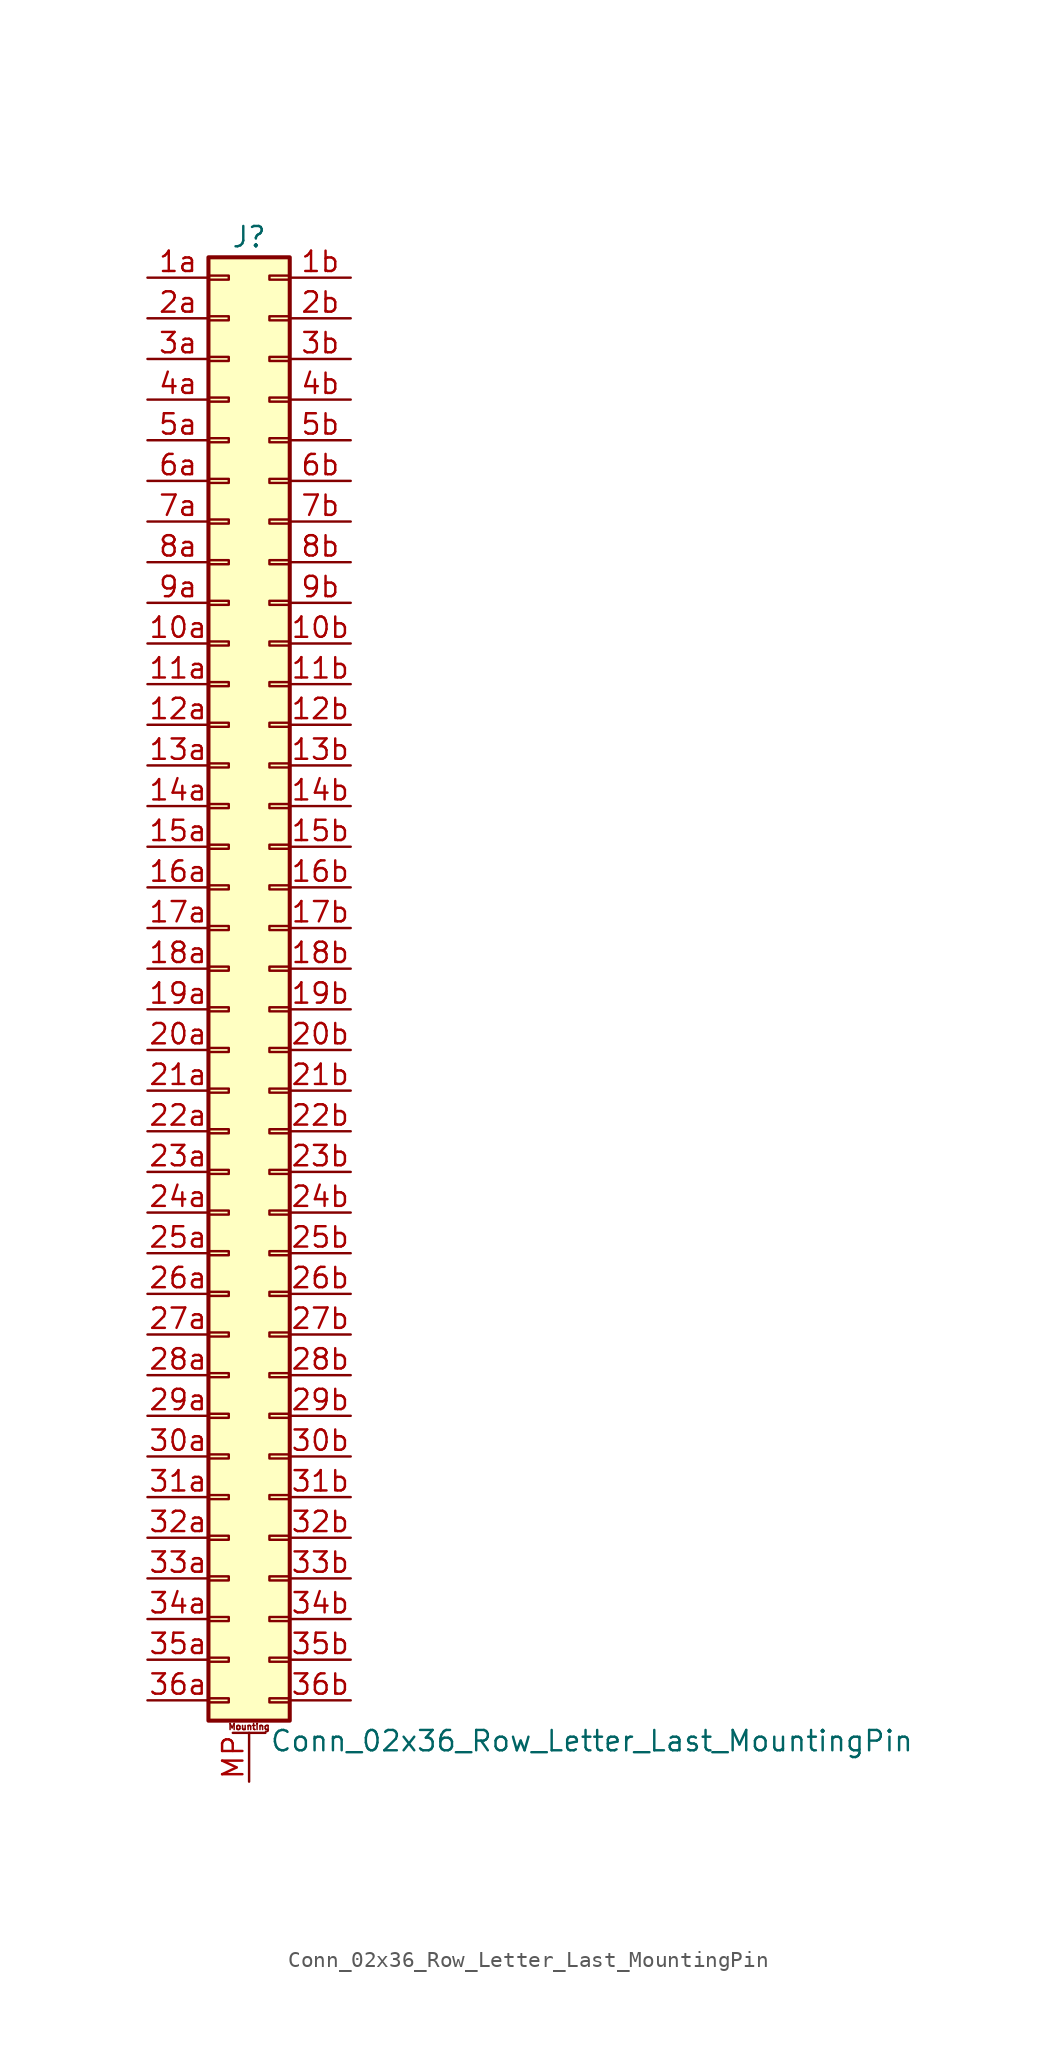
<source format=kicad_sym>
(kicad_symbol_lib
  (version 20211014)
  (generator kicad_symbol_editor)
  (symbol "Conn_02x36_Row_Letter_Last_MountingPin"
    (pin_names
      (offset 1.016) hide)
    (property "Reference" "J"
      (at 1.27 45.72 0)
      (effects (font (size 1.27 1.27))))
    (property "Value" "Conn_02x36_Row_Letter_Last_MountingPin"
      (at 2.54 -48.26 0)
      (effects (font (size 1.27 1.27)) (justify left)))
    (symbol "Conn_02x36_Row_Letter_Last_MountingPin_1_1"
      (rectangle (start -1.27 -45.593) (end 0 -45.847) (stroke (width 0.152) (type default) (color 0 0 0 0)) (fill (type none)))
      (rectangle (start -1.27 -43.053) (end 0 -43.307) (stroke (width 0.152) (type default) (color 0 0 0 0)) (fill (type none)))
      (rectangle (start -1.27 -40.513) (end 0 -40.767) (stroke (width 0.152) (type default) (color 0 0 0 0)) (fill (type none)))
      (rectangle (start -1.27 -37.973) (end 0 -38.227) (stroke (width 0.152) (type default) (color 0 0 0 0)) (fill (type none)))
      (rectangle (start -1.27 -35.433) (end 0 -35.687) (stroke (width 0.152) (type default) (color 0 0 0 0)) (fill (type none)))
      (rectangle (start -1.27 -32.893) (end 0 -33.147) (stroke (width 0.152) (type default) (color 0 0 0 0)) (fill (type none)))
      (rectangle (start -1.27 -30.353) (end 0 -30.607) (stroke (width 0.152) (type default) (color 0 0 0 0)) (fill (type none)))
      (rectangle (start -1.27 -27.813) (end 0 -28.067) (stroke (width 0.152) (type default) (color 0 0 0 0)) (fill (type none)))
      (rectangle (start -1.27 -25.273) (end 0 -25.527) (stroke (width 0.152) (type default) (color 0 0 0 0)) (fill (type none)))
      (rectangle (start -1.27 -22.733) (end 0 -22.987) (stroke (width 0.152) (type default) (color 0 0 0 0)) (fill (type none)))
      (rectangle (start -1.27 -20.193) (end 0 -20.447) (stroke (width 0.152) (type default) (color 0 0 0 0)) (fill (type none)))
      (rectangle (start -1.27 -17.653) (end 0 -17.907) (stroke (width 0.152) (type default) (color 0 0 0 0)) (fill (type none)))
      (rectangle (start -1.27 -15.113) (end 0 -15.367) (stroke (width 0.152) (type default) (color 0 0 0 0)) (fill (type none)))
      (rectangle (start -1.27 -12.573) (end 0 -12.827) (stroke (width 0.152) (type default) (color 0 0 0 0)) (fill (type none)))
      (rectangle (start -1.27 -10.033) (end 0 -10.287) (stroke (width 0.152) (type default) (color 0 0 0 0)) (fill (type none)))
      (rectangle (start -1.27 -7.493) (end 0 -7.747) (stroke (width 0.152) (type default) (color 0 0 0 0)) (fill (type none)))
      (rectangle (start -1.27 -4.953) (end 0 -5.207) (stroke (width 0.152) (type default) (color 0 0 0 0)) (fill (type none)))
      (rectangle (start -1.27 -2.413) (end 0 -2.667) (stroke (width 0.152) (type default) (color 0 0 0 0)) (fill (type none)))
      (rectangle (start -1.27 0.127) (end 0 -0.127) (stroke (width 0.152) (type default) (color 0 0 0 0)) (fill (type none)))
      (rectangle (start -1.27 2.667) (end 0 2.413) (stroke (width 0.152) (type default) (color 0 0 0 0)) (fill (type none)))
      (rectangle (start -1.27 5.207) (end 0 4.953) (stroke (width 0.152) (type default) (color 0 0 0 0)) (fill (type none)))
      (rectangle (start -1.27 7.747) (end 0 7.493) (stroke (width 0.152) (type default) (color 0 0 0 0)) (fill (type none)))
      (rectangle (start -1.27 10.287) (end 0 10.033) (stroke (width 0.152) (type default) (color 0 0 0 0)) (fill (type none)))
      (rectangle (start -1.27 12.827) (end 0 12.573) (stroke (width 0.152) (type default) (color 0 0 0 0)) (fill (type none)))
      (rectangle (start -1.27 15.367) (end 0 15.113) (stroke (width 0.152) (type default) (color 0 0 0 0)) (fill (type none)))
      (rectangle (start -1.27 17.907) (end 0 17.653) (stroke (width 0.152) (type default) (color 0 0 0 0)) (fill (type none)))
      (rectangle (start -1.27 20.447) (end 0 20.193) (stroke (width 0.152) (type default) (color 0 0 0 0)) (fill (type none)))
      (rectangle (start -1.27 22.987) (end 0 22.733) (stroke (width 0.152) (type default) (color 0 0 0 0)) (fill (type none)))
      (rectangle (start -1.27 25.527) (end 0 25.273) (stroke (width 0.152) (type default) (color 0 0 0 0)) (fill (type none)))
      (rectangle (start -1.27 28.067) (end 0 27.813) (stroke (width 0.152) (type default) (color 0 0 0 0)) (fill (type none)))
      (rectangle (start -1.27 30.607) (end 0 30.353) (stroke (width 0.152) (type default) (color 0 0 0 0)) (fill (type none)))
      (rectangle (start -1.27 33.147) (end 0 32.893) (stroke (width 0.152) (type default) (color 0 0 0 0)) (fill (type none)))
      (rectangle (start -1.27 35.687) (end 0 35.433) (stroke (width 0.152) (type default) (color 0 0 0 0)) (fill (type none)))
      (rectangle (start -1.27 38.227) (end 0 37.973) (stroke (width 0.152) (type default) (color 0 0 0 0)) (fill (type none)))
      (rectangle (start -1.27 40.767) (end 0 40.513) (stroke (width 0.152) (type default) (color 0 0 0 0)) (fill (type none)))
      (rectangle (start -1.27 43.307) (end 0 43.053) (stroke (width 0.152) (type default) (color 0 0 0 0)) (fill (type none)))
      (rectangle (start -1.27 44.45) (end 3.81 -46.99) (stroke (width 0.254) (type default) (color 0 0 0 0)) (fill (type background)))
      (polyline (pts (xy 0.254 -47.752) (xy 2.286 -47.752)) (stroke (width 0.152) (type default) (color 0 0 0 0)) (fill (type none)))
      (rectangle (start 3.81 -45.593) (end 2.54 -45.847) (stroke (width 0.152) (type default) (color 0 0 0 0)) (fill (type none)))
      (rectangle (start 3.81 -43.053) (end 2.54 -43.307) (stroke (width 0.152) (type default) (color 0 0 0 0)) (fill (type none)))
      (rectangle (start 3.81 -40.513) (end 2.54 -40.767) (stroke (width 0.152) (type default) (color 0 0 0 0)) (fill (type none)))
      (rectangle (start 3.81 -37.973) (end 2.54 -38.227) (stroke (width 0.152) (type default) (color 0 0 0 0)) (fill (type none)))
      (rectangle (start 3.81 -35.433) (end 2.54 -35.687) (stroke (width 0.152) (type default) (color 0 0 0 0)) (fill (type none)))
      (rectangle (start 3.81 -32.893) (end 2.54 -33.147) (stroke (width 0.152) (type default) (color 0 0 0 0)) (fill (type none)))
      (rectangle (start 3.81 -30.353) (end 2.54 -30.607) (stroke (width 0.152) (type default) (color 0 0 0 0)) (fill (type none)))
      (rectangle (start 3.81 -27.813) (end 2.54 -28.067) (stroke (width 0.152) (type default) (color 0 0 0 0)) (fill (type none)))
      (rectangle (start 3.81 -25.273) (end 2.54 -25.527) (stroke (width 0.152) (type default) (color 0 0 0 0)) (fill (type none)))
      (rectangle (start 3.81 -22.733) (end 2.54 -22.987) (stroke (width 0.152) (type default) (color 0 0 0 0)) (fill (type none)))
      (rectangle (start 3.81 -20.193) (end 2.54 -20.447) (stroke (width 0.152) (type default) (color 0 0 0 0)) (fill (type none)))
      (rectangle (start 3.81 -17.653) (end 2.54 -17.907) (stroke (width 0.152) (type default) (color 0 0 0 0)) (fill (type none)))
      (rectangle (start 3.81 -15.113) (end 2.54 -15.367) (stroke (width 0.152) (type default) (color 0 0 0 0)) (fill (type none)))
      (rectangle (start 3.81 -12.573) (end 2.54 -12.827) (stroke (width 0.152) (type default) (color 0 0 0 0)) (fill (type none)))
      (rectangle (start 3.81 -10.033) (end 2.54 -10.287) (stroke (width 0.152) (type default) (color 0 0 0 0)) (fill (type none)))
      (rectangle (start 3.81 -7.493) (end 2.54 -7.747) (stroke (width 0.152) (type default) (color 0 0 0 0)) (fill (type none)))
      (rectangle (start 3.81 -4.953) (end 2.54 -5.207) (stroke (width 0.152) (type default) (color 0 0 0 0)) (fill (type none)))
      (rectangle (start 3.81 -2.413) (end 2.54 -2.667) (stroke (width 0.152) (type default) (color 0 0 0 0)) (fill (type none)))
      (rectangle (start 3.81 0.127) (end 2.54 -0.127) (stroke (width 0.152) (type default) (color 0 0 0 0)) (fill (type none)))
      (rectangle (start 3.81 2.667) (end 2.54 2.413) (stroke (width 0.152) (type default) (color 0 0 0 0)) (fill (type none)))
      (rectangle (start 3.81 5.207) (end 2.54 4.953) (stroke (width 0.152) (type default) (color 0 0 0 0)) (fill (type none)))
      (rectangle (start 3.81 7.747) (end 2.54 7.493) (stroke (width 0.152) (type default) (color 0 0 0 0)) (fill (type none)))
      (rectangle (start 3.81 10.287) (end 2.54 10.033) (stroke (width 0.152) (type default) (color 0 0 0 0)) (fill (type none)))
      (rectangle (start 3.81 12.827) (end 2.54 12.573) (stroke (width 0.152) (type default) (color 0 0 0 0)) (fill (type none)))
      (rectangle (start 3.81 15.367) (end 2.54 15.113) (stroke (width 0.152) (type default) (color 0 0 0 0)) (fill (type none)))
      (rectangle (start 3.81 17.907) (end 2.54 17.653) (stroke (width 0.152) (type default) (color 0 0 0 0)) (fill (type none)))
      (rectangle (start 3.81 20.447) (end 2.54 20.193) (stroke (width 0.152) (type default) (color 0 0 0 0)) (fill (type none)))
      (rectangle (start 3.81 22.987) (end 2.54 22.733) (stroke (width 0.152) (type default) (color 0 0 0 0)) (fill (type none)))
      (rectangle (start 3.81 25.527) (end 2.54 25.273) (stroke (width 0.152) (type default) (color 0 0 0 0)) (fill (type none)))
      (rectangle (start 3.81 28.067) (end 2.54 27.813) (stroke (width 0.152) (type default) (color 0 0 0 0)) (fill (type none)))
      (rectangle (start 3.81 30.607) (end 2.54 30.353) (stroke (width 0.152) (type default) (color 0 0 0 0)) (fill (type none)))
      (rectangle (start 3.81 33.147) (end 2.54 32.893) (stroke (width 0.152) (type default) (color 0 0 0 0)) (fill (type none)))
      (rectangle (start 3.81 35.687) (end 2.54 35.433) (stroke (width 0.152) (type default) (color 0 0 0 0)) (fill (type none)))
      (rectangle (start 3.81 38.227) (end 2.54 37.973) (stroke (width 0.152) (type default) (color 0 0 0 0)) (fill (type none)))
      (rectangle (start 3.81 40.767) (end 2.54 40.513) (stroke (width 0.152) (type default) (color 0 0 0 0)) (fill (type none)))
      (rectangle (start 3.81 43.307) (end 2.54 43.053) (stroke (width 0.152) (type default) (color 0 0 0 0)) (fill (type none)))
      (text "Mounting" (at 1.27 -47.371 0) (effects (font (size 0.381 0.381))))
      (pin passive line (at -5.08 20.32 0) (length 3.81) (name "Pin_10a" (effects (font (size 1.27 1.27)))) (number "10a" (effects (font (size 1.27 1.27)))))
      (pin passive line (at 7.62 20.32 180) (length 3.81) (name "Pin_10b" (effects (font (size 1.27 1.27)))) (number "10b" (effects (font (size 1.27 1.27)))))
      (pin passive line (at -5.08 17.78 0) (length 3.81) (name "Pin_11a" (effects (font (size 1.27 1.27)))) (number "11a" (effects (font (size 1.27 1.27)))))
      (pin passive line (at 7.62 17.78 180) (length 3.81) (name "Pin_11b" (effects (font (size 1.27 1.27)))) (number "11b" (effects (font (size 1.27 1.27)))))
      (pin passive line (at -5.08 15.24 0) (length 3.81) (name "Pin_12a" (effects (font (size 1.27 1.27)))) (number "12a" (effects (font (size 1.27 1.27)))))
      (pin passive line (at 7.62 15.24 180) (length 3.81) (name "Pin_12b" (effects (font (size 1.27 1.27)))) (number "12b" (effects (font (size 1.27 1.27)))))
      (pin passive line (at -5.08 12.7 0) (length 3.81) (name "Pin_13a" (effects (font (size 1.27 1.27)))) (number "13a" (effects (font (size 1.27 1.27)))))
      (pin passive line (at 7.62 12.7 180) (length 3.81) (name "Pin_13b" (effects (font (size 1.27 1.27)))) (number "13b" (effects (font (size 1.27 1.27)))))
      (pin passive line (at -5.08 10.16 0) (length 3.81) (name "Pin_14a" (effects (font (size 1.27 1.27)))) (number "14a" (effects (font (size 1.27 1.27)))))
      (pin passive line (at 7.62 10.16 180) (length 3.81) (name "Pin_14b" (effects (font (size 1.27 1.27)))) (number "14b" (effects (font (size 1.27 1.27)))))
      (pin passive line (at -5.08 7.62 0) (length 3.81) (name "Pin_15a" (effects (font (size 1.27 1.27)))) (number "15a" (effects (font (size 1.27 1.27)))))
      (pin passive line (at 7.62 7.62 180) (length 3.81) (name "Pin_15b" (effects (font (size 1.27 1.27)))) (number "15b" (effects (font (size 1.27 1.27)))))
      (pin passive line (at -5.08 5.08 0) (length 3.81) (name "Pin_16a" (effects (font (size 1.27 1.27)))) (number "16a" (effects (font (size 1.27 1.27)))))
      (pin passive line (at 7.62 5.08 180) (length 3.81) (name "Pin_16b" (effects (font (size 1.27 1.27)))) (number "16b" (effects (font (size 1.27 1.27)))))
      (pin passive line (at -5.08 2.54 0) (length 3.81) (name "Pin_17a" (effects (font (size 1.27 1.27)))) (number "17a" (effects (font (size 1.27 1.27)))))
      (pin passive line (at 7.62 2.54 180) (length 3.81) (name "Pin_17b" (effects (font (size 1.27 1.27)))) (number "17b" (effects (font (size 1.27 1.27)))))
      (pin passive line (at -5.08 0 0) (length 3.81) (name "Pin_18a" (effects (font (size 1.27 1.27)))) (number "18a" (effects (font (size 1.27 1.27)))))
      (pin passive line (at 7.62 0 180) (length 3.81) (name "Pin_18b" (effects (font (size 1.27 1.27)))) (number "18b" (effects (font (size 1.27 1.27)))))
      (pin passive line (at -5.08 -2.54 0) (length 3.81) (name "Pin_19a" (effects (font (size 1.27 1.27)))) (number "19a" (effects (font (size 1.27 1.27)))))
      (pin passive line (at 7.62 -2.54 180) (length 3.81) (name "Pin_19b" (effects (font (size 1.27 1.27)))) (number "19b" (effects (font (size 1.27 1.27)))))
      (pin passive line (at -5.08 43.18 0) (length 3.81) (name "Pin_1a" (effects (font (size 1.27 1.27)))) (number "1a" (effects (font (size 1.27 1.27)))))
      (pin passive line (at 7.62 43.18 180) (length 3.81) (name "Pin_1b" (effects (font (size 1.27 1.27)))) (number "1b" (effects (font (size 1.27 1.27)))))
      (pin passive line (at -5.08 -5.08 0) (length 3.81) (name "Pin_20a" (effects (font (size 1.27 1.27)))) (number "20a" (effects (font (size 1.27 1.27)))))
      (pin passive line (at 7.62 -5.08 180) (length 3.81) (name "Pin_20b" (effects (font (size 1.27 1.27)))) (number "20b" (effects (font (size 1.27 1.27)))))
      (pin passive line (at -5.08 -7.62 0) (length 3.81) (name "Pin_21a" (effects (font (size 1.27 1.27)))) (number "21a" (effects (font (size 1.27 1.27)))))
      (pin passive line (at 7.62 -7.62 180) (length 3.81) (name "Pin_21b" (effects (font (size 1.27 1.27)))) (number "21b" (effects (font (size 1.27 1.27)))))
      (pin passive line (at -5.08 -10.16 0) (length 3.81) (name "Pin_22a" (effects (font (size 1.27 1.27)))) (number "22a" (effects (font (size 1.27 1.27)))))
      (pin passive line (at 7.62 -10.16 180) (length 3.81) (name "Pin_22b" (effects (font (size 1.27 1.27)))) (number "22b" (effects (font (size 1.27 1.27)))))
      (pin passive line (at -5.08 -12.7 0) (length 3.81) (name "Pin_23a" (effects (font (size 1.27 1.27)))) (number "23a" (effects (font (size 1.27 1.27)))))
      (pin passive line (at 7.62 -12.7 180) (length 3.81) (name "Pin_23b" (effects (font (size 1.27 1.27)))) (number "23b" (effects (font (size 1.27 1.27)))))
      (pin passive line (at -5.08 -15.24 0) (length 3.81) (name "Pin_24a" (effects (font (size 1.27 1.27)))) (number "24a" (effects (font (size 1.27 1.27)))))
      (pin passive line (at 7.62 -15.24 180) (length 3.81) (name "Pin_24b" (effects (font (size 1.27 1.27)))) (number "24b" (effects (font (size 1.27 1.27)))))
      (pin passive line (at -5.08 -17.78 0) (length 3.81) (name "Pin_25a" (effects (font (size 1.27 1.27)))) (number "25a" (effects (font (size 1.27 1.27)))))
      (pin passive line (at 7.62 -17.78 180) (length 3.81) (name "Pin_25b" (effects (font (size 1.27 1.27)))) (number "25b" (effects (font (size 1.27 1.27)))))
      (pin passive line (at -5.08 -20.32 0) (length 3.81) (name "Pin_26a" (effects (font (size 1.27 1.27)))) (number "26a" (effects (font (size 1.27 1.27)))))
      (pin passive line (at 7.62 -20.32 180) (length 3.81) (name "Pin_26b" (effects (font (size 1.27 1.27)))) (number "26b" (effects (font (size 1.27 1.27)))))
      (pin passive line (at -5.08 -22.86 0) (length 3.81) (name "Pin_27a" (effects (font (size 1.27 1.27)))) (number "27a" (effects (font (size 1.27 1.27)))))
      (pin passive line (at 7.62 -22.86 180) (length 3.81) (name "Pin_27b" (effects (font (size 1.27 1.27)))) (number "27b" (effects (font (size 1.27 1.27)))))
      (pin passive line (at -5.08 -25.4 0) (length 3.81) (name "Pin_28a" (effects (font (size 1.27 1.27)))) (number "28a" (effects (font (size 1.27 1.27)))))
      (pin passive line (at 7.62 -25.4 180) (length 3.81) (name "Pin_28b" (effects (font (size 1.27 1.27)))) (number "28b" (effects (font (size 1.27 1.27)))))
      (pin passive line (at -5.08 -27.94 0) (length 3.81) (name "Pin_29a" (effects (font (size 1.27 1.27)))) (number "29a" (effects (font (size 1.27 1.27)))))
      (pin passive line (at 7.62 -27.94 180) (length 3.81) (name "Pin_29b" (effects (font (size 1.27 1.27)))) (number "29b" (effects (font (size 1.27 1.27)))))
      (pin passive line (at -5.08 40.64 0) (length 3.81) (name "Pin_2a" (effects (font (size 1.27 1.27)))) (number "2a" (effects (font (size 1.27 1.27)))))
      (pin passive line (at 7.62 40.64 180) (length 3.81) (name "Pin_2b" (effects (font (size 1.27 1.27)))) (number "2b" (effects (font (size 1.27 1.27)))))
      (pin passive line (at -5.08 -30.48 0) (length 3.81) (name "Pin_30a" (effects (font (size 1.27 1.27)))) (number "30a" (effects (font (size 1.27 1.27)))))
      (pin passive line (at 7.62 -30.48 180) (length 3.81) (name "Pin_30b" (effects (font (size 1.27 1.27)))) (number "30b" (effects (font (size 1.27 1.27)))))
      (pin passive line (at -5.08 -33.02 0) (length 3.81) (name "Pin_31a" (effects (font (size 1.27 1.27)))) (number "31a" (effects (font (size 1.27 1.27)))))
      (pin passive line (at 7.62 -33.02 180) (length 3.81) (name "Pin_31b" (effects (font (size 1.27 1.27)))) (number "31b" (effects (font (size 1.27 1.27)))))
      (pin passive line (at -5.08 -35.56 0) (length 3.81) (name "Pin_32a" (effects (font (size 1.27 1.27)))) (number "32a" (effects (font (size 1.27 1.27)))))
      (pin passive line (at 7.62 -35.56 180) (length 3.81) (name "Pin_32b" (effects (font (size 1.27 1.27)))) (number "32b" (effects (font (size 1.27 1.27)))))
      (pin passive line (at -5.08 -38.1 0) (length 3.81) (name "Pin_33a" (effects (font (size 1.27 1.27)))) (number "33a" (effects (font (size 1.27 1.27)))))
      (pin passive line (at 7.62 -38.1 180) (length 3.81) (name "Pin_33b" (effects (font (size 1.27 1.27)))) (number "33b" (effects (font (size 1.27 1.27)))))
      (pin passive line (at -5.08 -40.64 0) (length 3.81) (name "Pin_34a" (effects (font (size 1.27 1.27)))) (number "34a" (effects (font (size 1.27 1.27)))))
      (pin passive line (at 7.62 -40.64 180) (length 3.81) (name "Pin_34b" (effects (font (size 1.27 1.27)))) (number "34b" (effects (font (size 1.27 1.27)))))
      (pin passive line (at -5.08 -43.18 0) (length 3.81) (name "Pin_35a" (effects (font (size 1.27 1.27)))) (number "35a" (effects (font (size 1.27 1.27)))))
      (pin passive line (at 7.62 -43.18 180) (length 3.81) (name "Pin_35b" (effects (font (size 1.27 1.27)))) (number "35b" (effects (font (size 1.27 1.27)))))
      (pin passive line (at -5.08 -45.72 0) (length 3.81) (name "Pin_36a" (effects (font (size 1.27 1.27)))) (number "36a" (effects (font (size 1.27 1.27)))))
      (pin passive line (at 7.62 -45.72 180) (length 3.81) (name "Pin_36b" (effects (font (size 1.27 1.27)))) (number "36b" (effects (font (size 1.27 1.27)))))
      (pin passive line (at -5.08 38.1 0) (length 3.81) (name "Pin_3a" (effects (font (size 1.27 1.27)))) (number "3a" (effects (font (size 1.27 1.27)))))
      (pin passive line (at 7.62 38.1 180) (length 3.81) (name "Pin_3b" (effects (font (size 1.27 1.27)))) (number "3b" (effects (font (size 1.27 1.27)))))
      (pin passive line (at -5.08 35.56 0) (length 3.81) (name "Pin_4a" (effects (font (size 1.27 1.27)))) (number "4a" (effects (font (size 1.27 1.27)))))
      (pin passive line (at 7.62 35.56 180) (length 3.81) (name "Pin_4b" (effects (font (size 1.27 1.27)))) (number "4b" (effects (font (size 1.27 1.27)))))
      (pin passive line (at -5.08 33.02 0) (length 3.81) (name "Pin_5a" (effects (font (size 1.27 1.27)))) (number "5a" (effects (font (size 1.27 1.27)))))
      (pin passive line (at 7.62 33.02 180) (length 3.81) (name "Pin_5b" (effects (font (size 1.27 1.27)))) (number "5b" (effects (font (size 1.27 1.27)))))
      (pin passive line (at -5.08 30.48 0) (length 3.81) (name "Pin_6a" (effects (font (size 1.27 1.27)))) (number "6a" (effects (font (size 1.27 1.27)))))
      (pin passive line (at 7.62 30.48 180) (length 3.81) (name "Pin_6b" (effects (font (size 1.27 1.27)))) (number "6b" (effects (font (size 1.27 1.27)))))
      (pin passive line (at -5.08 27.94 0) (length 3.81) (name "Pin_7a" (effects (font (size 1.27 1.27)))) (number "7a" (effects (font (size 1.27 1.27)))))
      (pin passive line (at 7.62 27.94 180) (length 3.81) (name "Pin_7b" (effects (font (size 1.27 1.27)))) (number "7b" (effects (font (size 1.27 1.27)))))
      (pin passive line (at -5.08 25.4 0) (length 3.81) (name "Pin_8a" (effects (font (size 1.27 1.27)))) (number "8a" (effects (font (size 1.27 1.27)))))
      (pin passive line (at 7.62 25.4 180) (length 3.81) (name "Pin_8b" (effects (font (size 1.27 1.27)))) (number "8b" (effects (font (size 1.27 1.27)))))
      (pin passive line (at -5.08 22.86 0) (length 3.81) (name "Pin_9a" (effects (font (size 1.27 1.27)))) (number "9a" (effects (font (size 1.27 1.27)))))
      (pin passive line (at 7.62 22.86 180) (length 3.81) (name "Pin_9b" (effects (font (size 1.27 1.27)))) (number "9b" (effects (font (size 1.27 1.27)))))
      (pin passive line (at 1.27 -50.8 90) (length 3.048) (name "MountPin" (effects (font (size 1.27 1.27)))) (number "MP" (effects (font (size 1.27 1.27))))))))
</source>
